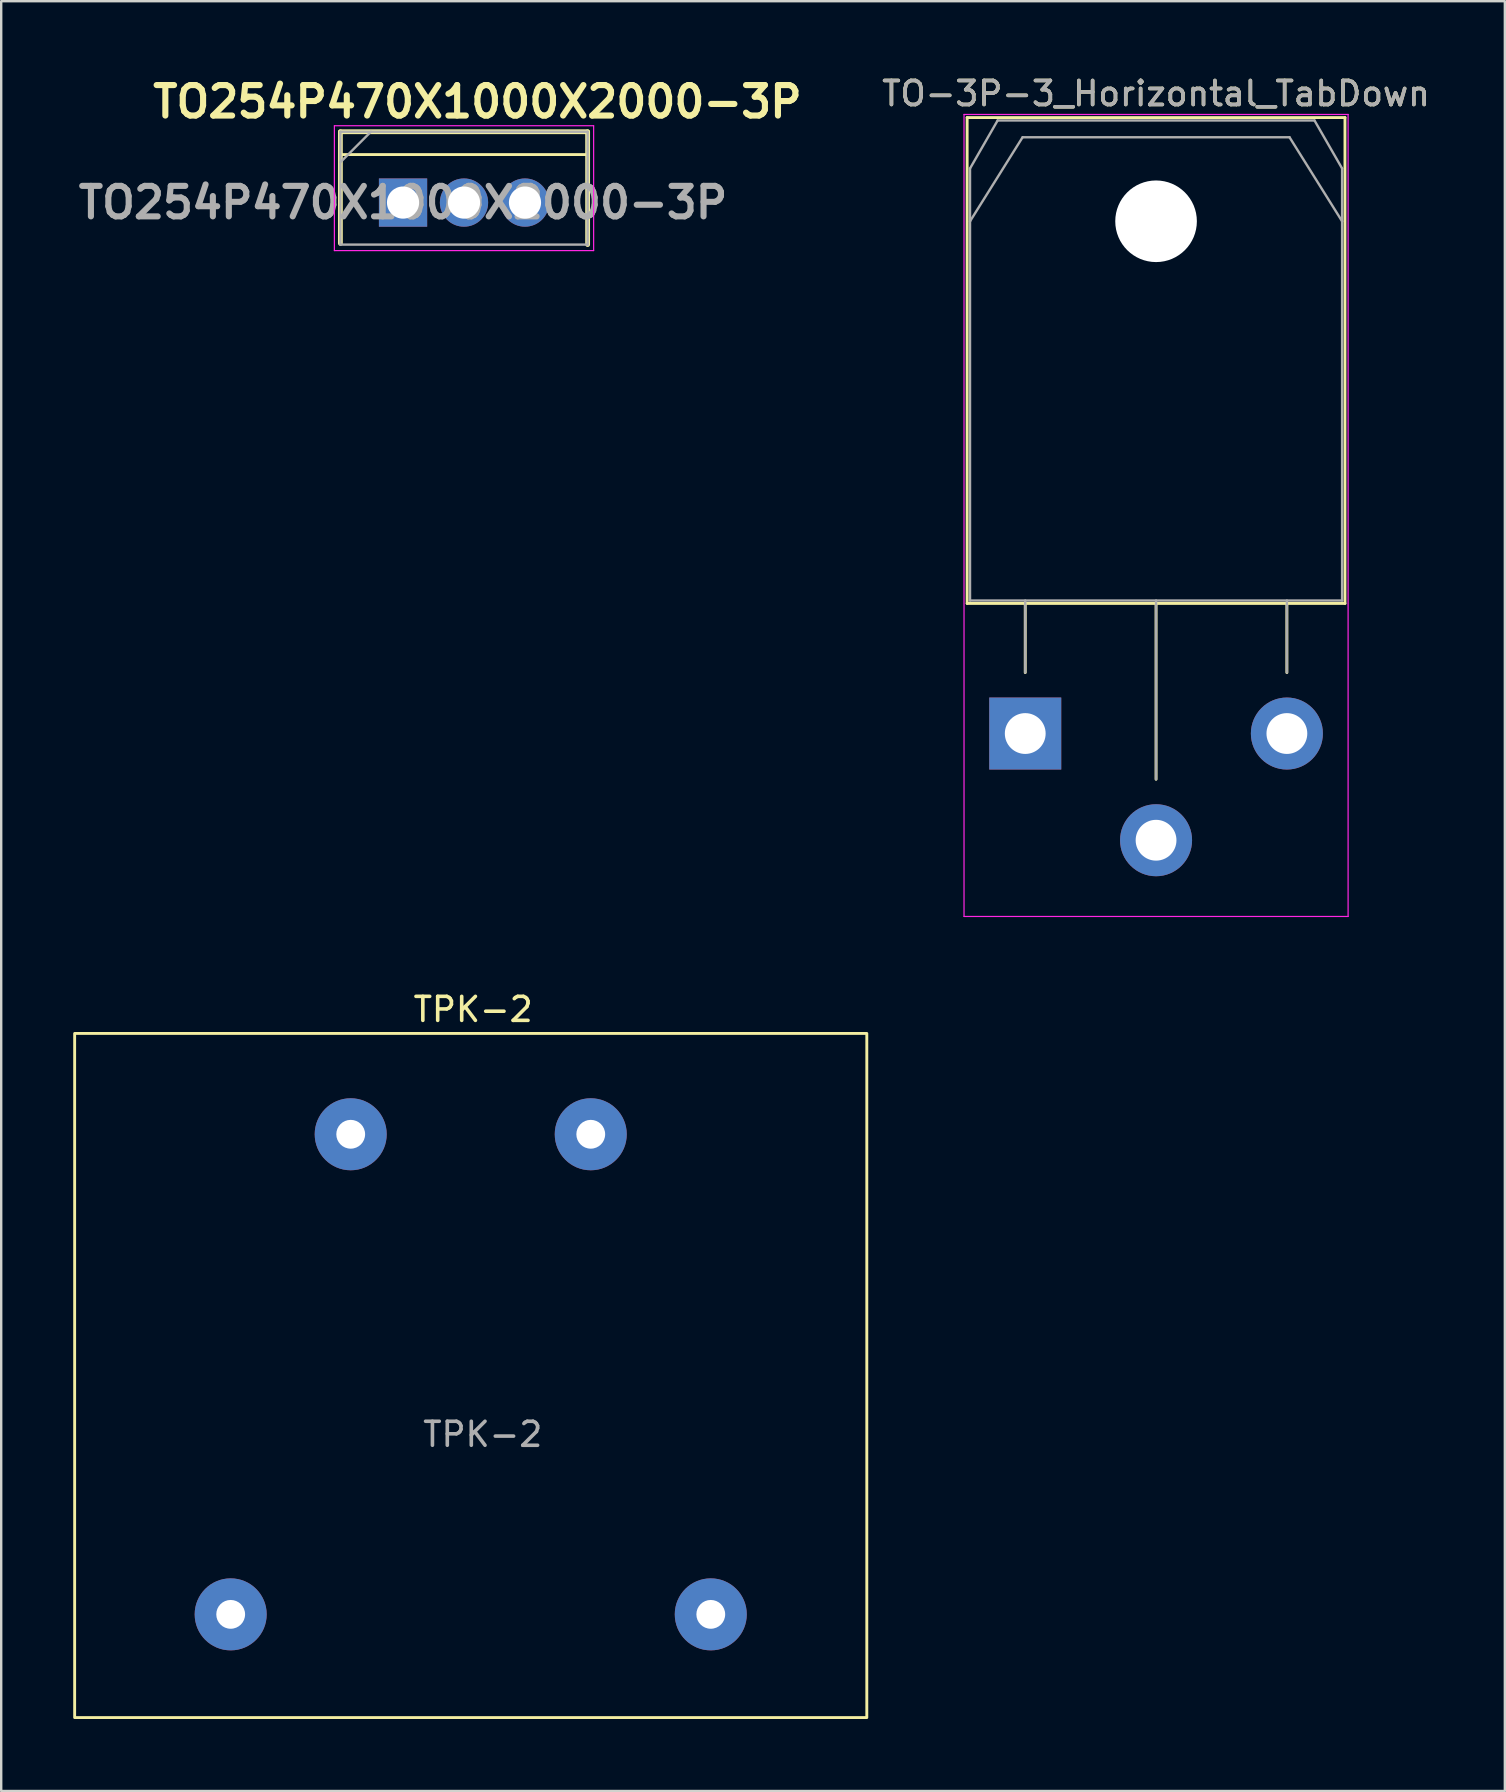
<source format=kicad_pcb>
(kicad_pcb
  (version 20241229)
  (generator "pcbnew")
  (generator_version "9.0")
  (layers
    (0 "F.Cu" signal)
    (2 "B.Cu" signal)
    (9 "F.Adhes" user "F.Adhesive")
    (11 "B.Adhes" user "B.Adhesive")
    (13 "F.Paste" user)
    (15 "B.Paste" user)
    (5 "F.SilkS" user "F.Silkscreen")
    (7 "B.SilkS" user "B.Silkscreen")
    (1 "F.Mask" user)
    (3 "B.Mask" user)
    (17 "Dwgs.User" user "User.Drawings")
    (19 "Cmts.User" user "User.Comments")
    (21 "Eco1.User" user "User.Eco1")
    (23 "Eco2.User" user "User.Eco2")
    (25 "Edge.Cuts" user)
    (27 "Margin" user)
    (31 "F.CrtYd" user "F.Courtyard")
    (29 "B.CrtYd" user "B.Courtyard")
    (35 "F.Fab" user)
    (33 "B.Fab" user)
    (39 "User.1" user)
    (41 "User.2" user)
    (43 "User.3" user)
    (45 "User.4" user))
  (footprint "TO-3P-3_Horizontal_TabDown"
    (layer "F.Cu")
    (at 39.66 24.968)
    (property "Reference" "TO-3P-3_Horizontal_TabDown" (at 5.45 -24.12 0) (layer "F.SilkS") (effects (font (size 1 1) (thickness 0.15))))
    (attr through_hole)
    (fp_line (start -2.42 -23.12) (end -2.42 -2.88) (stroke (width 0.12) (type solid)) (layer "F.SilkS"))
    (fp_line (start -2.42 -23.12) (end 13.32 -23.12) (stroke (width 0.12) (type solid)) (layer "F.SilkS"))
    (fp_line (start -2.42 -2.88) (end 13.32 -2.88) (stroke (width 0.12) (type solid)) (layer "F.SilkS"))
    (fp_line (start 0 -2.88) (end 0 0) (stroke (width 0.12) (type solid)) (layer "F.SilkS"))
    (fp_line (start 5.45 -2.88) (end 5.45 4.445) (stroke (width 0.12) (type solid)) (layer "F.SilkS"))
    (fp_line (start 10.9 -2.88) (end 10.9 0) (stroke (width 0.12) (type solid)) (layer "F.SilkS"))
    (fp_line (start 13.32 -23.12) (end 13.32 -2.88) (stroke (width 0.12) (type solid)) (layer "F.SilkS"))
    (fp_line (start -2.55 -23.25) (end -2.55 10.16) (stroke (width 0.05) (type solid)) (layer "F.CrtYd"))
    (fp_line (start -2.55 10.16) (end 13.45 10.16) (stroke (width 0.05) (type solid)) (layer "F.CrtYd"))
    (fp_line (start 13.45 -23.25) (end -2.55 -23.25) (stroke (width 0.05) (type solid)) (layer "F.CrtYd"))
    (fp_line (start 13.45 10.16) (end 13.45 -23.25) (stroke (width 0.05) (type solid)) (layer "F.CrtYd"))
    (fp_line (start -2.3 -21) (end -1.15 -23) (stroke (width 0.1) (type solid)) (layer "F.Fab"))
    (fp_line (start -2.3 -18.8) (end -2.3 -21) (stroke (width 0.1) (type solid)) (layer "F.Fab"))
    (fp_line (start -2.3 -18.8) (end -0.11 -22.3) (stroke (width 0.1) (type solid)) (layer "F.Fab"))
    (fp_line (start -2.3 -3) (end -2.3 -18.8) (stroke (width 0.1) (type solid)) (layer "F.Fab"))
    (fp_line (start -1.15 -23) (end 12.05 -23) (stroke (width 0.1) (type solid)) (layer "F.Fab"))
    (fp_line (start -0.11 -22.3) (end 11.01 -22.3) (stroke (width 0.1) (type solid)) (layer "F.Fab"))
    (fp_line (start 0 -3) (end 0 0) (stroke (width 0.1) (type solid)) (layer "F.Fab"))
    (fp_line (start 5.45 -3) (end 5.45 4.445) (stroke (width 0.1) (type solid)) (layer "F.Fab"))
    (fp_line (start 10.9 -3) (end 10.9 0) (stroke (width 0.1) (type solid)) (layer "F.Fab"))
    (fp_line (start 11.01 -22.3) (end 13.2 -18.8) (stroke (width 0.1) (type solid)) (layer "F.Fab"))
    (fp_line (start 12.05 -23) (end 13.2 -21) (stroke (width 0.1) (type solid)) (layer "F.Fab"))
    (fp_line (start 13.2 -21) (end 13.2 -18.8) (stroke (width 0.1) (type solid)) (layer "F.Fab"))
    (fp_line (start 13.2 -18.8) (end 13.2 -3) (stroke (width 0.1) (type solid)) (layer "F.Fab"))
    (fp_line (start 13.2 -3) (end -2.3 -3) (stroke (width 0.1) (type solid)) (layer "F.Fab"))
    (fp_circle (center 5.45 -18.8) (end 7.05 -18.8) (stroke (width 0.1) (type solid)) (fill no) (layer "F.Fab"))
    (fp_text user "${REFERENCE}" (at 5.45 -24.12 0) (layer "F.Fab") (effects (font (size 1 1) (thickness 0.15))))
    (pad "" np_thru_hole oval (at 5.45 -18.8) (size 3.4 3.4) (drill 3.4) (layers "*.Cu" "*.Mask"))
    (pad "1" thru_hole rect (at 0 2.54) (size 3 3) (drill 1.7) (layers "*.Cu" "*.Mask"))
    (pad "2" thru_hole circle (at 5.45 6.985) (size 3 3) (drill 1.7) (layers "*.Cu" "*.Mask"))
    (pad "3" thru_hole circle (at 10.9 2.54) (size 3 3) (drill 1.7) (layers "*.Cu" "*.Mask")))
  (footprint "TO254P470X1000X2000-3P"
    (layer "F.Cu")
    (at 13.74 5.389)
    (property "Reference" "TO254P470X1000X2000-3P" (at 3.1 -4.2 0) (layer "F.SilkS") (effects (font (size 1.27 1.27) (thickness 0.254))))
    (attr through_hole)
    (fp_line (start -2.61 -2.95) (end -2.61 1.7) (stroke (width 0.2) (type solid)) (layer "F.SilkS"))
    (fp_line (start 7.6 -2) (end -2.65 -2) (stroke (width 0.12) (type default)) (layer "F.SilkS"))
    (fp_line (start 7.69 -2.95) (end -2.61 -2.95) (stroke (width 0.2) (type solid)) (layer "F.SilkS"))
    (fp_line (start 7.69 1.75) (end 7.69 -2.95) (stroke (width 0.2) (type solid)) (layer "F.SilkS"))
    (fp_line (start -2.86 -3.2) (end 7.94 -3.2) (stroke (width 0.05) (type solid)) (layer "F.CrtYd"))
    (fp_line (start -2.86 2) (end -2.86 -3.2) (stroke (width 0.05) (type solid)) (layer "F.CrtYd"))
    (fp_line (start 7.94 -3.2) (end 7.94 2) (stroke (width 0.05) (type solid)) (layer "F.CrtYd"))
    (fp_line (start 7.94 2) (end -2.86 2) (stroke (width 0.05) (type solid)) (layer "F.CrtYd"))
    (fp_line (start -2.61 -2.95) (end 7.69 -2.95) (stroke (width 0.1) (type solid)) (layer "F.Fab"))
    (fp_line (start -2.61 -1.68) (end -1.34 -2.95) (stroke (width 0.1) (type solid)) (layer "F.Fab"))
    (fp_line (start -2.61 1.75) (end -2.61 -2.95) (stroke (width 0.1) (type solid)) (layer "F.Fab"))
    (fp_line (start 7.69 -2.95) (end 7.69 1.75) (stroke (width 0.1) (type solid)) (layer "F.Fab"))
    (fp_line (start 7.69 1.75) (end -2.61 1.75) (stroke (width 0.1) (type solid)) (layer "F.Fab"))
    (fp_text user "${REFERENCE}" (at 0 0 0) (layer "F.Fab") (effects (font (size 1.27 1.27) (thickness 0.254))))
    (pad "1" thru_hole rect (at 0 0) (size 2.01 2.01) (drill 1.34) (layers "*.Cu" "*.Mask"))
    (pad "2" thru_hole circle (at 2.54 0) (size 2.01 2.01) (drill 1.34) (layers "*.Cu" "*.Mask"))
    (pad "3" thru_hole circle (at 5.08 0) (size 2.01 2.01) (drill 1.34) (layers "*.Cu" "*.Mask")))
  (footprint "TPK-2"
    (layer "F.Cu")
    (at 17.06 54.202)
    (property "Reference" "TPK-2" (at -0.4 -15.2 0) (unlocked yes) (layer "F.SilkS") (effects (font (size 1 1) (thickness 0.15))))
    (attr through_hole)
    (fp_rect (start -17 -14.2) (end 16 14.3) (stroke (width 0.12) (type solid)) (fill no) (layer "F.SilkS"))
    (fp_text user "${REFERENCE}" (at 0 2.5 0) (unlocked yes) (layer "F.Fab") (effects (font (size 1 1) (thickness 0.15))))
    (pad "1" thru_hole circle (at -10.5 10) (size 3 3) (drill 1.2) (layers "*.Cu" "*.Mask"))
    (pad "2" thru_hole circle (at 9.5 10) (size 3 3) (drill 1.2) (layers "*.Cu" "*.Mask"))
    (pad "3" thru_hole circle (at 4.5 -10) (size 3 3) (drill 1.2) (layers "*.Cu" "*.Mask"))
    (pad "4" thru_hole circle (at -5.5 -10) (size 3 3) (drill 1.2) (layers "*.Cu" "*.Mask")))
  (gr_rect
    (start -3 -3)
    (end 59.64 71.561)
    (stroke (width 0.1) (type default))
    (fill no)
    (layer "Edge.Cuts")))
</source>
